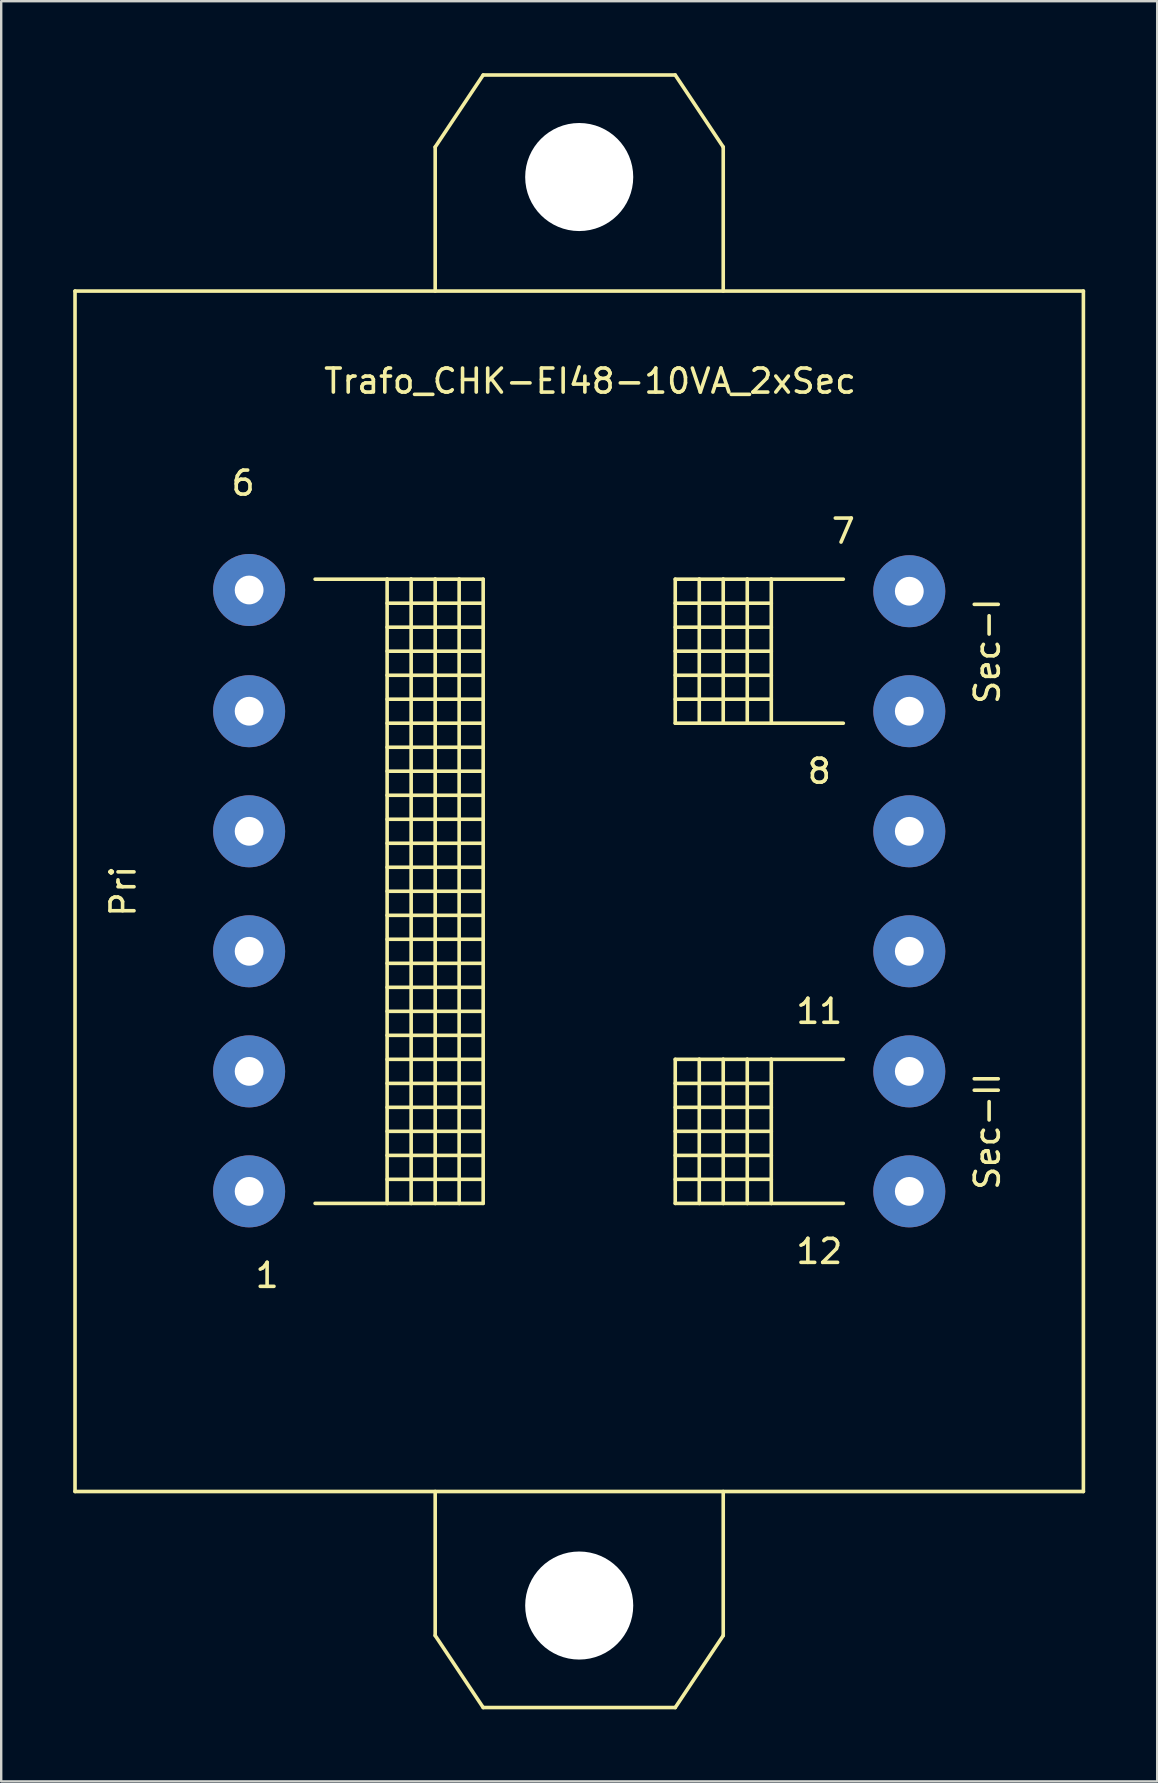
<source format=kicad_pcb>
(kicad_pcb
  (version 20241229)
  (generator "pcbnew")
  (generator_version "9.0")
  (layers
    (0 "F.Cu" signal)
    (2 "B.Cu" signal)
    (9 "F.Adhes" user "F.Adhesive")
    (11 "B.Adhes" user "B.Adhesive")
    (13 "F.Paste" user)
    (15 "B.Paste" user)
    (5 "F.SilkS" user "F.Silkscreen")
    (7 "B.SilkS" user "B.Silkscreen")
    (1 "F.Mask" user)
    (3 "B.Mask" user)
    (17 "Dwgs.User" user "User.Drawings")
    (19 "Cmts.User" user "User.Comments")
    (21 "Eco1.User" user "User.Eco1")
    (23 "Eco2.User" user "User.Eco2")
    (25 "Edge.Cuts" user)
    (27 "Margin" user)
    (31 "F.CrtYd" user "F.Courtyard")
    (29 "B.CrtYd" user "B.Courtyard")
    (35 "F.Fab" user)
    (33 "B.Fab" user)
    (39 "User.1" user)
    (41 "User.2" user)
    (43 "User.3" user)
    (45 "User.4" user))
  (footprint "Trafo_CHK-EI48-10VA_2xSec"
    (layer "F.Cu")
    (at 21.076 34.075)
    (property "Reference" "Trafo_CHK-EI48-10VA_2xSec" (at 0.45 -21.25 0) (layer "F.SilkS") (effects (font (size 1 1) (thickness 0.15))))
    (attr through_hole)
    (fp_line (start -21.001 -25.001) (end -21.001 25.001) (stroke (width 0.15) (type solid)) (layer "F.SilkS"))
    (fp_line (start -21.001 25.001) (end 21.001 25.001) (stroke (width 0.15) (type solid)) (layer "F.SilkS"))
    (fp_line (start -11.001 -13) (end -8.001 -13) (stroke (width 0.15) (type solid)) (layer "F.SilkS"))
    (fp_line (start -8.001 -13) (end -8.001 13) (stroke (width 0.15) (type solid)) (layer "F.SilkS"))
    (fp_line (start -8.001 -13) (end -7 -13) (stroke (width 0.15) (type solid)) (layer "F.SilkS"))
    (fp_line (start -8.001 -11.999) (end -4 -11.999) (stroke (width 0.15) (type solid)) (layer "F.SilkS"))
    (fp_line (start -8.001 -11.001) (end -4 -11.001) (stroke (width 0.15) (type solid)) (layer "F.SilkS"))
    (fp_line (start -8.001 -10) (end -4 -10) (stroke (width 0.15) (type solid)) (layer "F.SilkS"))
    (fp_line (start -8.001 -8.999) (end -4 -8.999) (stroke (width 0.15) (type solid)) (layer "F.SilkS"))
    (fp_line (start -8.001 -8.001) (end -4 -8.001) (stroke (width 0.15) (type solid)) (layer "F.SilkS"))
    (fp_line (start -8.001 -7) (end -4 -7) (stroke (width 0.15) (type solid)) (layer "F.SilkS"))
    (fp_line (start -8.001 -5.999) (end -4 -5.999) (stroke (width 0.15) (type solid)) (layer "F.SilkS"))
    (fp_line (start -8.001 -5.001) (end -4 -5.001) (stroke (width 0.15) (type solid)) (layer "F.SilkS"))
    (fp_line (start -8.001 -4) (end -4 -4) (stroke (width 0.15) (type solid)) (layer "F.SilkS"))
    (fp_line (start -8.001 -3) (end -4 -3) (stroke (width 0.15) (type solid)) (layer "F.SilkS"))
    (fp_line (start -8.001 -1.999) (end -4 -1.999) (stroke (width 0.15) (type solid)) (layer "F.SilkS"))
    (fp_line (start -8.001 -1.001) (end -4 -1.001) (stroke (width 0.15) (type solid)) (layer "F.SilkS"))
    (fp_line (start -8.001 0) (end -4 0) (stroke (width 0.15) (type solid)) (layer "F.SilkS"))
    (fp_line (start -8.001 1.001) (end -4 1.001) (stroke (width 0.15) (type solid)) (layer "F.SilkS"))
    (fp_line (start -8.001 1.999) (end -4 1.999) (stroke (width 0.15) (type solid)) (layer "F.SilkS"))
    (fp_line (start -8.001 3) (end -4 3) (stroke (width 0.15) (type solid)) (layer "F.SilkS"))
    (fp_line (start -8.001 4) (end -4 4) (stroke (width 0.15) (type solid)) (layer "F.SilkS"))
    (fp_line (start -8.001 5.001) (end -4 5.001) (stroke (width 0.15) (type solid)) (layer "F.SilkS"))
    (fp_line (start -8.001 5.999) (end -4 5.999) (stroke (width 0.15) (type solid)) (layer "F.SilkS"))
    (fp_line (start -8.001 7) (end -4 7) (stroke (width 0.15) (type solid)) (layer "F.SilkS"))
    (fp_line (start -8.001 8.001) (end -4 8.001) (stroke (width 0.15) (type solid)) (layer "F.SilkS"))
    (fp_line (start -8.001 8.999) (end -4 8.999) (stroke (width 0.15) (type solid)) (layer "F.SilkS"))
    (fp_line (start -8.001 10) (end -4 10) (stroke (width 0.15) (type solid)) (layer "F.SilkS"))
    (fp_line (start -8.001 11.999) (end -4 11.999) (stroke (width 0.15) (type solid)) (layer "F.SilkS"))
    (fp_line (start -8.001 13) (end -11.001 13) (stroke (width 0.15) (type solid)) (layer "F.SilkS"))
    (fp_line (start -7 -13) (end -7 13) (stroke (width 0.15) (type solid)) (layer "F.SilkS"))
    (fp_line (start -7 -13) (end -5.999 -13) (stroke (width 0.15) (type solid)) (layer "F.SilkS"))
    (fp_line (start -7 11.001) (end -8.001 11.001) (stroke (width 0.15) (type solid)) (layer "F.SilkS"))
    (fp_line (start -7 11.001) (end -4 11.001) (stroke (width 0.15) (type solid)) (layer "F.SilkS"))
    (fp_line (start -7 13) (end -8.001 13) (stroke (width 0.15) (type solid)) (layer "F.SilkS"))
    (fp_line (start -5.999 -31.001) (end -5.999 -25.001) (stroke (width 0.15) (type solid)) (layer "F.SilkS"))
    (fp_line (start -5.999 -13) (end -5.999 13) (stroke (width 0.15) (type solid)) (layer "F.SilkS"))
    (fp_line (start -5.999 -13) (end -5.001 -13) (stroke (width 0.15) (type solid)) (layer "F.SilkS"))
    (fp_line (start -5.999 13) (end -7 13) (stroke (width 0.15) (type solid)) (layer "F.SilkS"))
    (fp_line (start -5.999 31.001) (end -5.999 25.001) (stroke (width 0.15) (type solid)) (layer "F.SilkS"))
    (fp_line (start -5.001 -13) (end -5.001 13) (stroke (width 0.15) (type solid)) (layer "F.SilkS"))
    (fp_line (start -5.001 -13) (end -4 -13) (stroke (width 0.15) (type solid)) (layer "F.SilkS"))
    (fp_line (start -5.001 13) (end -5.999 13) (stroke (width 0.15) (type solid)) (layer "F.SilkS"))
    (fp_line (start -4 -34) (end -5.999 -31.001) (stroke (width 0.15) (type solid)) (layer "F.SilkS"))
    (fp_line (start -4 -13) (end -4 13) (stroke (width 0.15) (type solid)) (layer "F.SilkS"))
    (fp_line (start -4 13) (end -5.001 13) (stroke (width 0.15) (type solid)) (layer "F.SilkS"))
    (fp_line (start -4 34) (end -5.999 31.001) (stroke (width 0.15) (type solid)) (layer "F.SilkS"))
    (fp_line (start 4 -34) (end -4 -34) (stroke (width 0.15) (type solid)) (layer "F.SilkS"))
    (fp_line (start 4 -13) (end 4 -7) (stroke (width 0.15) (type solid)) (layer "F.SilkS"))
    (fp_line (start 4 -11.999) (end 8.001 -11.999) (stroke (width 0.15) (type solid)) (layer "F.SilkS"))
    (fp_line (start 4 -11.001) (end 8.001 -11.001) (stroke (width 0.15) (type solid)) (layer "F.SilkS"))
    (fp_line (start 4 -10) (end 8.001 -10) (stroke (width 0.15) (type solid)) (layer "F.SilkS"))
    (fp_line (start 4 -8.999) (end 8.001 -8.999) (stroke (width 0.15) (type solid)) (layer "F.SilkS"))
    (fp_line (start 4 -8.001) (end 8.001 -8.001) (stroke (width 0.15) (type solid)) (layer "F.SilkS"))
    (fp_line (start 4 -7) (end 5.001 -7) (stroke (width 0.15) (type solid)) (layer "F.SilkS"))
    (fp_line (start 4 7) (end 4 13) (stroke (width 0.15) (type solid)) (layer "F.SilkS"))
    (fp_line (start 4 8.001) (end 8.001 8.001) (stroke (width 0.15) (type solid)) (layer "F.SilkS"))
    (fp_line (start 4 8.999) (end 8.001 8.999) (stroke (width 0.15) (type solid)) (layer "F.SilkS"))
    (fp_line (start 4 10) (end 8.001 10) (stroke (width 0.15) (type solid)) (layer "F.SilkS"))
    (fp_line (start 4 11.001) (end 8.001 11.001) (stroke (width 0.15) (type solid)) (layer "F.SilkS"))
    (fp_line (start 4 11.999) (end 8.001 11.999) (stroke (width 0.15) (type solid)) (layer "F.SilkS"))
    (fp_line (start 4 13) (end 5.001 13) (stroke (width 0.15) (type solid)) (layer "F.SilkS"))
    (fp_line (start 4 34) (end -4 34) (stroke (width 0.15) (type solid)) (layer "F.SilkS"))
    (fp_line (start 5.001 -13) (end 4 -13) (stroke (width 0.15) (type solid)) (layer "F.SilkS"))
    (fp_line (start 5.001 -13) (end 5.001 -7) (stroke (width 0.15) (type solid)) (layer "F.SilkS"))
    (fp_line (start 5.001 -7) (end 5.999 -7) (stroke (width 0.15) (type solid)) (layer "F.SilkS"))
    (fp_line (start 5.001 7) (end 4 7) (stroke (width 0.15) (type solid)) (layer "F.SilkS"))
    (fp_line (start 5.001 7) (end 5.001 13) (stroke (width 0.15) (type solid)) (layer "F.SilkS"))
    (fp_line (start 5.001 13) (end 5.999 13) (stroke (width 0.15) (type solid)) (layer "F.SilkS"))
    (fp_line (start 5.999 -31.001) (end 4 -34) (stroke (width 0.15) (type solid)) (layer "F.SilkS"))
    (fp_line (start 5.999 -25.001) (end 5.999 -31.001) (stroke (width 0.15) (type solid)) (layer "F.SilkS"))
    (fp_line (start 5.999 -13) (end 5.001 -13) (stroke (width 0.15) (type solid)) (layer "F.SilkS"))
    (fp_line (start 5.999 -13) (end 5.999 -7) (stroke (width 0.15) (type solid)) (layer "F.SilkS"))
    (fp_line (start 5.999 -7) (end 7 -7) (stroke (width 0.15) (type solid)) (layer "F.SilkS"))
    (fp_line (start 5.999 7) (end 5.001 7) (stroke (width 0.15) (type solid)) (layer "F.SilkS"))
    (fp_line (start 5.999 7) (end 5.999 13) (stroke (width 0.15) (type solid)) (layer "F.SilkS"))
    (fp_line (start 5.999 13) (end 7 13) (stroke (width 0.15) (type solid)) (layer "F.SilkS"))
    (fp_line (start 5.999 25.001) (end 5.999 31.001) (stroke (width 0.15) (type solid)) (layer "F.SilkS"))
    (fp_line (start 5.999 31.001) (end 4 34) (stroke (width 0.15) (type solid)) (layer "F.SilkS"))
    (fp_line (start 7 -13) (end 5.999 -13) (stroke (width 0.15) (type solid)) (layer "F.SilkS"))
    (fp_line (start 7 -13) (end 7 -7) (stroke (width 0.15) (type solid)) (layer "F.SilkS"))
    (fp_line (start 7 -7) (end 8.001 -7) (stroke (width 0.15) (type solid)) (layer "F.SilkS"))
    (fp_line (start 7 7) (end 5.999 7) (stroke (width 0.15) (type solid)) (layer "F.SilkS"))
    (fp_line (start 7 7) (end 7 13) (stroke (width 0.15) (type solid)) (layer "F.SilkS"))
    (fp_line (start 7 13) (end 8.001 13) (stroke (width 0.15) (type solid)) (layer "F.SilkS"))
    (fp_line (start 8.001 -13) (end 7 -13) (stroke (width 0.15) (type solid)) (layer "F.SilkS"))
    (fp_line (start 8.001 -13) (end 8.001 -7) (stroke (width 0.15) (type solid)) (layer "F.SilkS"))
    (fp_line (start 8.001 -7) (end 11.001 -7) (stroke (width 0.15) (type solid)) (layer "F.SilkS"))
    (fp_line (start 8.001 7) (end 7 7) (stroke (width 0.15) (type solid)) (layer "F.SilkS"))
    (fp_line (start 8.001 7) (end 8.001 13) (stroke (width 0.15) (type solid)) (layer "F.SilkS"))
    (fp_line (start 8.001 13) (end 11.001 13) (stroke (width 0.15) (type solid)) (layer "F.SilkS"))
    (fp_line (start 11.001 -13) (end 8.001 -13) (stroke (width 0.15) (type solid)) (layer "F.SilkS"))
    (fp_line (start 11.001 7) (end 8.001 7) (stroke (width 0.15) (type solid)) (layer "F.SilkS"))
    (fp_line (start 21.001 -25.001) (end -21.001 -25.001) (stroke (width 0.15) (type solid)) (layer "F.SilkS"))
    (fp_line (start 21.001 25.001) (end 21.001 -25.001) (stroke (width 0.15) (type solid)) (layer "F.SilkS"))
    (fp_text user "Pri" (at -18.999 0 90) (layer "F.SilkS") (effects (font (size 1 1) (thickness 0.15))))
    (fp_text user "1" (at -13 15.999 0) (layer "F.SilkS") (effects (font (size 1 1) (thickness 0.15))))
    (fp_text user "11" (at 10 5.001 0) (layer "F.SilkS") (effects (font (size 1 1) (thickness 0.15))))
    (fp_text user "Sec-II" (at 17 10 90) (layer "F.SilkS") (effects (font (size 1 1) (thickness 0.15))))
    (fp_text user "6" (at -14 -17 0) (layer "F.SilkS") (effects (font (size 1 1) (thickness 0.15))))
    (fp_text user "8" (at 10 -5.001 0) (layer "F.SilkS") (effects (font (size 1 1) (thickness 0.15))))
    (fp_text user "7" (at 11.001 -15.001 0) (layer "F.SilkS") (effects (font (size 1 1) (thickness 0.15))))
    (fp_text user "Sec-I" (at 17 -10 90) (layer "F.SilkS") (effects (font (size 1 1) (thickness 0.15))))
    (fp_text user "12" (at 10 15.001 0) (layer "F.SilkS") (effects (font (size 1 1) (thickness 0.15))))
    (pad "" np_thru_hole circle (at 0 -29.751) (size 4.501 4.501) (drill 4.501) (layers "*.Cu" "*.Mask"))
    (pad "" np_thru_hole circle (at 0 29.751) (size 4.501 4.501) (drill 4.501) (layers "*.Cu" "*.Mask"))
    (pad "1" thru_hole circle (at -13.749 12.499) (size 3 3) (drill 1.199) (layers "*.Cu" "*.Mask"))
    (pad "2" thru_hole circle (at -13.749 7.501) (size 3 3) (drill 1.199) (layers "*.Cu" "*.Mask"))
    (pad "3" thru_hole circle (at -13.749 2.499) (size 3 3) (drill 1.199) (layers "*.Cu" "*.Mask"))
    (pad "4" thru_hole circle (at -13.749 -2.499) (size 3 3) (drill 1.199) (layers "*.Cu" "*.Mask"))
    (pad "5" thru_hole circle (at -13.749 -7.501) (size 3 3) (drill 1.199) (layers "*.Cu" "*.Mask"))
    (pad "6" thru_hole circle (at -13.749 -12.55) (size 3 3) (drill 1.199) (layers "*.Cu" "*.Mask"))
    (pad "7" thru_hole circle (at 13.749 -12.499) (size 3 3) (drill 1.199) (layers "*.Cu" "*.Mask"))
    (pad "8" thru_hole circle (at 13.749 -7.501) (size 3 3) (drill 1.199) (layers "*.Cu" "*.Mask"))
    (pad "9" thru_hole circle (at 13.749 -2.499) (size 3 3) (drill 1.199) (layers "*.Cu" "*.Mask"))
    (pad "10" thru_hole circle (at 13.749 2.499) (size 3 3) (drill 1.199) (layers "*.Cu" "*.Mask"))
    (pad "11" thru_hole circle (at 13.749 7.501) (size 3 3) (drill 1.199) (layers "*.Cu" "*.Mask"))
    (pad "12" thru_hole circle (at 13.749 12.499) (size 3 3) (drill 1.199) (layers "*.Cu" "*.Mask")))
  (gr_rect
    (start -3 -3)
    (end 45.151 71.151)
    (stroke (width 0.1) (type default))
    (fill no)
    (layer "Edge.Cuts")))
</source>
